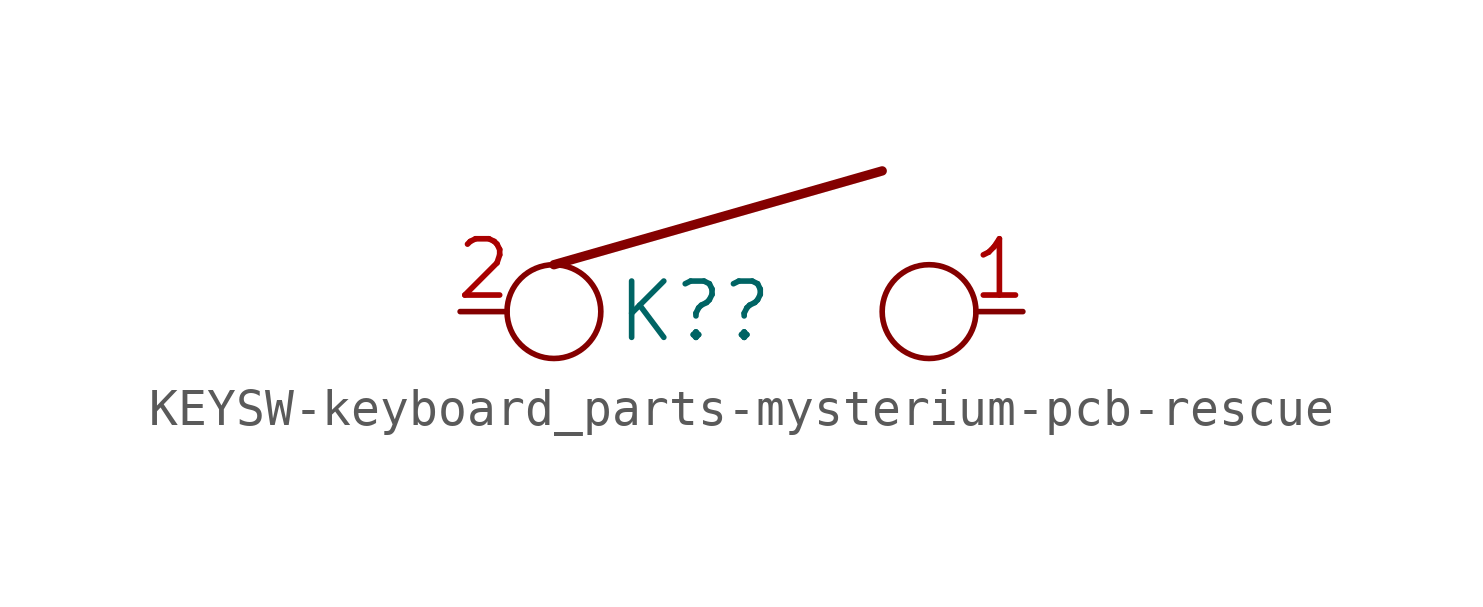
<source format=kicad_sym>
(kicad_symbol_lib
  (version 20211014)
  (generator kicad_symbol_editor)
  (symbol "KEYSW-keyboard_parts-mysterium-pcb-rescue"
    (pin_names
      (offset 1.016))
    (property "Reference" "K?"
      (at -1.27 0 0)
      (effects (font (size 1.524 1.524))))
    (property "Footprint" ""
      (at 0 0 0)
      (effects (font (size 1.524 1.524))))
    (property "Datasheet" ""
      (at 0 0 0)
      (effects (font (size 1.524 1.524))))
    (symbol "KEYSW-keyboard_parts-mysterium-pcb-rescue_0_1"
      (circle (center -5.08 0) (radius 1.27) (stroke (width 0) (type default) (color 0 0 0 0)) (fill (type none)))
      (polyline (pts (xy -5.08 1.27) (xy 3.81 3.81)) (stroke (width 0.254) (type default) (color 0 0 0 0)) (fill (type none)))
      (circle (center 5.08 0) (radius 1.27) (stroke (width 0) (type default) (color 0 0 0 0)) (fill (type none))))
    (symbol "KEYSW-keyboard_parts-mysterium-pcb-rescue_1_1"
      (pin passive line (at 7.62 0 180) (length 1.27) (name "~" (effects (font (size 1.524 1.524)))) (number "1" (effects (font (size 1.524 1.524)))))
      (pin passive line (at -7.62 0 0) (length 1.27) (name "~" (effects (font (size 1.524 1.524)))) (number "2" (effects (font (size 1.524 1.524))))))))
</source>
